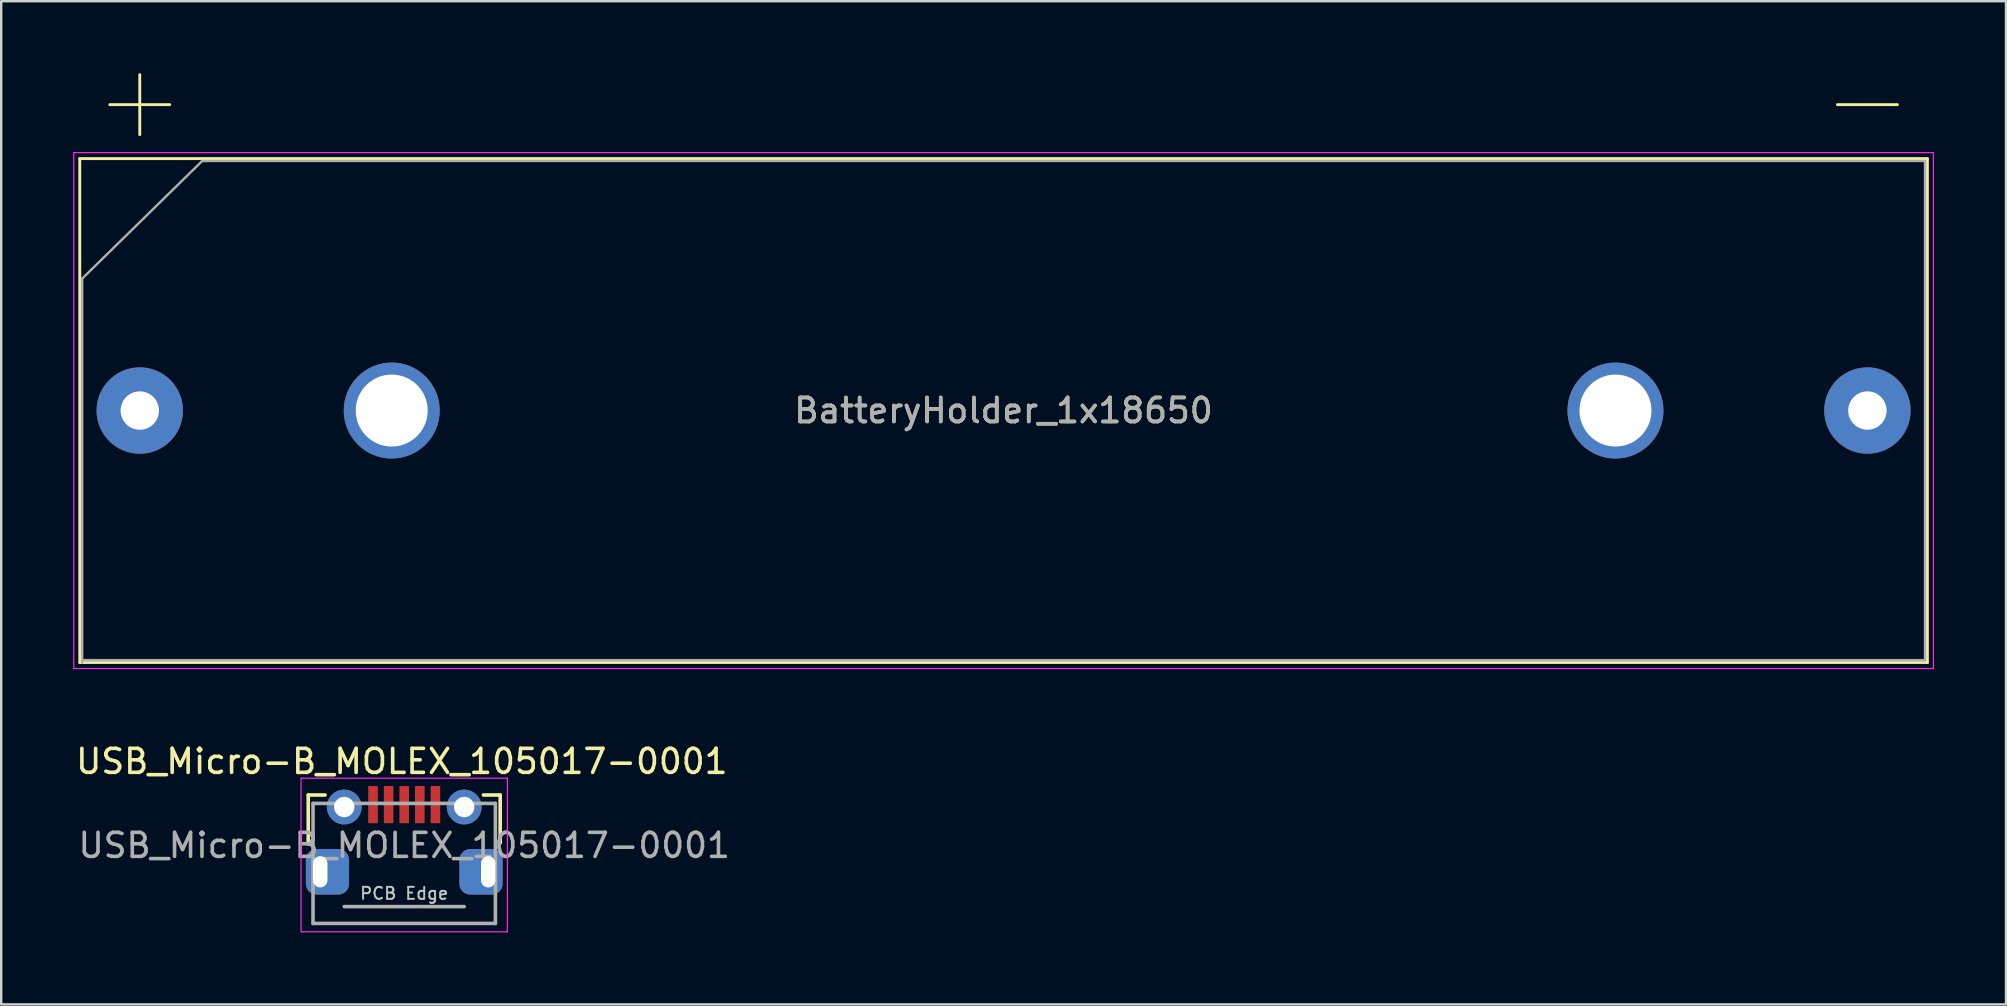
<source format=kicad_pcb>
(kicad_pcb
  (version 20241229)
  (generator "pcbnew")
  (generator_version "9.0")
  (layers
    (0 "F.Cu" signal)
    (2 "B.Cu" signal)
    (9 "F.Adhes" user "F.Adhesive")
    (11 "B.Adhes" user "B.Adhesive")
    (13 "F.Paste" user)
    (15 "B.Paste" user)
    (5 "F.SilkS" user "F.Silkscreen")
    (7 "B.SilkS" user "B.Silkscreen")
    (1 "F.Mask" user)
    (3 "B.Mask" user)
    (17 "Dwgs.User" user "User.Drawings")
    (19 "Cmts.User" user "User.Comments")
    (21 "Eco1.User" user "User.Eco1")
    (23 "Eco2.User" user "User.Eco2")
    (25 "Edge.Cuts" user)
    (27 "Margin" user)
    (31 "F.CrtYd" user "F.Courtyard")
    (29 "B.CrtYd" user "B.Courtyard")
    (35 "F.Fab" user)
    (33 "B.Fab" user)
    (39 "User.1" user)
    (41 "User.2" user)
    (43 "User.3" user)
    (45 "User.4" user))
  (footprint "USB_Micro-B_MOLEX_105017-0001"
    (layer "F.Cu")
    (at 13.796 32.583)
    (property "Reference" "USB_Micro-B_MOLEX_105017-0001" (at -0.1 -3.9 0) (layer "F.SilkS") (effects (font (size 1 1) (thickness 0.15))))
    (attr smd)
    (fp_line (start -4 -2.5) (end -4 -0.5) (stroke (width 0.15) (type solid)) (layer "F.SilkS"))
    (fp_line (start -4 -2.5) (end -3.3 -2.5) (stroke (width 0.15) (type solid)) (layer "F.SilkS"))
    (fp_line (start 4 -2.5) (end 3.3 -2.5) (stroke (width 0.15) (type solid)) (layer "F.SilkS"))
    (fp_line (start 4 -2.5) (end 4 -0.5) (stroke (width 0.15) (type solid)) (layer "F.SilkS"))
    (fp_line (start -4.3 -3.2) (end -4.3 3.2) (stroke (width 0.05) (type solid)) (layer "F.CrtYd"))
    (fp_line (start 4.3 -3.2) (end -4.3 -3.2) (stroke (width 0.05) (type solid)) (layer "F.CrtYd"))
    (fp_line (start 4.3 -3.2) (end 4.3 3.2) (stroke (width 0.05) (type solid)) (layer "F.CrtYd"))
    (fp_line (start 4.3 3.2) (end -4.3 3.2) (stroke (width 0.05) (type solid)) (layer "F.CrtYd"))
    (fp_line (start -3.8 -2.15) (end -3.8 2.85) (stroke (width 0.15) (type solid)) (layer "F.Fab"))
    (fp_line (start -3.8 -2.15) (end 3.8 -2.15) (stroke (width 0.15) (type solid)) (layer "F.Fab"))
    (fp_line (start -3.8 2.85) (end 3.8 2.85) (stroke (width 0.15) (type solid)) (layer "F.Fab"))
    (fp_line (start -2.5 2.15) (end 2.5 2.15) (stroke (width 0.15) (type solid)) (layer "F.Fab"))
    (fp_line (start 3.8 -2.15) (end 3.8 2.85) (stroke (width 0.15) (type solid)) (layer "F.Fab"))
    (fp_text user "PCB Edge" (at 0 1.6 0) (layer "Dwgs.User") (effects (font (size 0.5 0.5) (thickness 0.08))))
    (fp_text user "${REFERENCE}" (at 0 -0.4 0) (layer "F.Fab") (effects (font (size 1 1) (thickness 0.15))))
    (pad "1" smd rect (at -1.3 -2.1) (size 0.4 1.55) (layers "F.Cu" "F.Mask" "F.Paste"))
    (pad "2" smd rect (at -0.65 -2.1) (size 0.4 1.55) (layers "F.Cu" "F.Mask" "F.Paste"))
    (pad "3" smd rect (at 0 -2.1) (size 0.4 1.55) (layers "F.Cu" "F.Mask" "F.Paste"))
    (pad "4" smd rect (at 0.65 -2.1) (size 0.4 1.55) (layers "F.Cu" "F.Mask" "F.Paste"))
    (pad "5" smd rect (at 1.3 -2.1) (size 0.4 1.55) (layers "F.Cu" "F.Mask" "F.Paste"))
    (pad "6" thru_hole roundrect (at -3.5 0.7) (size 1.8 1.9) (drill oval 0.6 1.3 (offset 0.3 0)) (layers "*.Cu" "*.Mask") (roundrect_rratio 0.25))
    (pad "6" thru_hole circle (at -2.5 -2) (size 1.45 1.45) (drill 0.85) (layers "*.Cu" "*.Mask"))
    (pad "6" thru_hole circle (at 2.5 -2) (size 1.45 1.45) (drill 0.85) (layers "*.Cu" "*.Mask"))
    (pad "6" thru_hole roundrect (at 3.5 0.7) (size 1.8 1.9) (drill oval 0.6 1.3 (offset -0.3 0)) (layers "*.Cu" "*.Mask") (roundrect_rratio 0.25)))
  (footprint "BatteryHolder_1x18650"
    (layer "F.Cu")
    (at 38.775 14.06)
    (property "Reference" "BatteryHolder_1x18650" (at 0 0 0) (layer "F.SilkS") (effects (font (size 1 1) (thickness 0.15))))
    (attr smd)
    (fp_line (start -38.5 10.5) (end -38.5 -10.5) (stroke (width 0.12) (type solid)) (layer "F.SilkS"))
    (fp_line (start -37.25 -12.75) (end -34.75 -12.75) (stroke (width 0.12) (type solid)) (layer "F.SilkS"))
    (fp_line (start -36 -11.5) (end -36 -14) (stroke (width 0.12) (type solid)) (layer "F.SilkS"))
    (fp_line (start 34.75 -12.75) (end 37.25 -12.75) (stroke (width 0.12) (type solid)) (layer "F.SilkS"))
    (fp_line (start 38.5 -10.5) (end -38.5 -10.5) (stroke (width 0.12) (type solid)) (layer "F.SilkS"))
    (fp_line (start 38.5 -10.5) (end 38.5 10.5) (stroke (width 0.12) (type solid)) (layer "F.SilkS"))
    (fp_line (start 38.5 10.5) (end -38.5 10.5) (stroke (width 0.12) (type solid)) (layer "F.SilkS"))
    (fp_line (start -38.75 -10.75) (end 38.75 -10.75) (stroke (width 0.05) (type solid)) (layer "F.CrtYd"))
    (fp_line (start -38.75 10.75) (end -38.75 -10.75) (stroke (width 0.05) (type solid)) (layer "F.CrtYd"))
    (fp_line (start -38.75 10.75) (end 38.75 10.75) (stroke (width 0.05) (type solid)) (layer "F.CrtYd"))
    (fp_line (start 38.75 -10.75) (end 38.75 10.75) (stroke (width 0.05) (type solid)) (layer "F.CrtYd"))
    (fp_line (start -38.4 -5.5) (end -38.4 10.5) (stroke (width 0.1) (type solid)) (layer "F.Fab"))
    (fp_line (start -38.4 10.4) (end 38.4 10.4) (stroke (width 0.1) (type solid)) (layer "F.Fab"))
    (fp_line (start -33.4 -10.4) (end -38.4 -5.5) (stroke (width 0.1) (type solid)) (layer "F.Fab"))
    (fp_line (start -33.4 -10.4) (end 38.4 -10.4) (stroke (width 0.1) (type solid)) (layer "F.Fab"))
    (fp_line (start 38.4 -10.4) (end 38.4 10.4) (stroke (width 0.1) (type solid)) (layer "F.Fab"))
    (fp_text user "${REFERENCE}" (at 0 0 0) (layer "F.Fab") (effects (font (size 1 1) (thickness 0.15))))
    (pad "" np_thru_hole circle (at -25.5 0) (size 4 4) (drill 3) (layers "*.Cu" "*.Mask"))
    (pad "" np_thru_hole circle (at 25.5 0) (size 4 4) (drill 3) (layers "*.Cu" "*.Mask"))
    (pad "1" thru_hole circle (at -36 0) (size 3.6 3.6) (drill 1.6) (layers "*.Cu" "*.Mask"))
    (pad "2" thru_hole circle (at 36 0) (size 3.6 3.6) (drill 1.6) (layers "*.Cu" "*.Mask")))
  (gr_rect
    (start -3 -3)
    (end 80.55 38.808)
    (stroke (width 0.1) (type default))
    (fill no)
    (layer "Edge.Cuts")))
</source>
